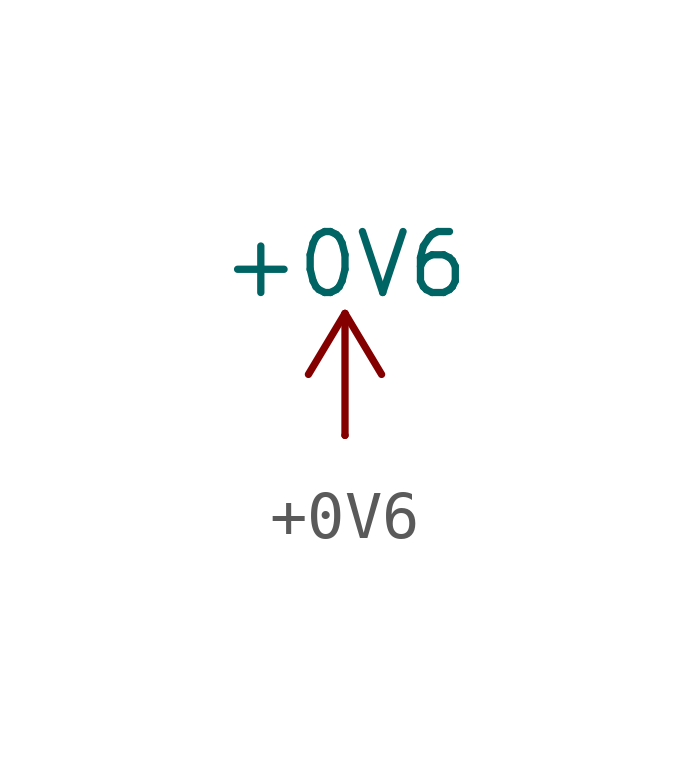
<source format=kicad_sym>
(kicad_symbol_lib
  (version 20241209)
  (generator "kicad_symbol_editor")
  (generator_version "9.0")
  (symbol "+0V6"
    (power)
    (pin_numbers
      (hide yes))
    (pin_names
      (offset 0)
      (hide yes))
    (property "Reference" "#PWR"
      (at 0 -3.81 0)
      (effects (font (size 1.27 1.27)) (hide yes)))
    (property "Value" "+0V6"
      (at 0 3.556 0)
      (effects (font (size 1.27 1.27))))
    (symbol "+0V6_0_1"
      (polyline (pts (xy -0.762 1.27) (xy 0 2.54)) (stroke (width 0) (type default)) (fill (type none)))
      (polyline (pts (xy 0 2.54) (xy 0.762 1.27)) (stroke (width 0) (type default)) (fill (type none)))
      (polyline (pts (xy 0 0) (xy 0 2.54)) (stroke (width 0) (type default)) (fill (type none))))
    (symbol "+0V6_1_1"
      (pin power_in line (at 0 0 90) (length 0) (name "~" (effects (font (size 1.27 1.27)))) (number "1" (effects (font (size 1.27 1.27))))))))
</source>
